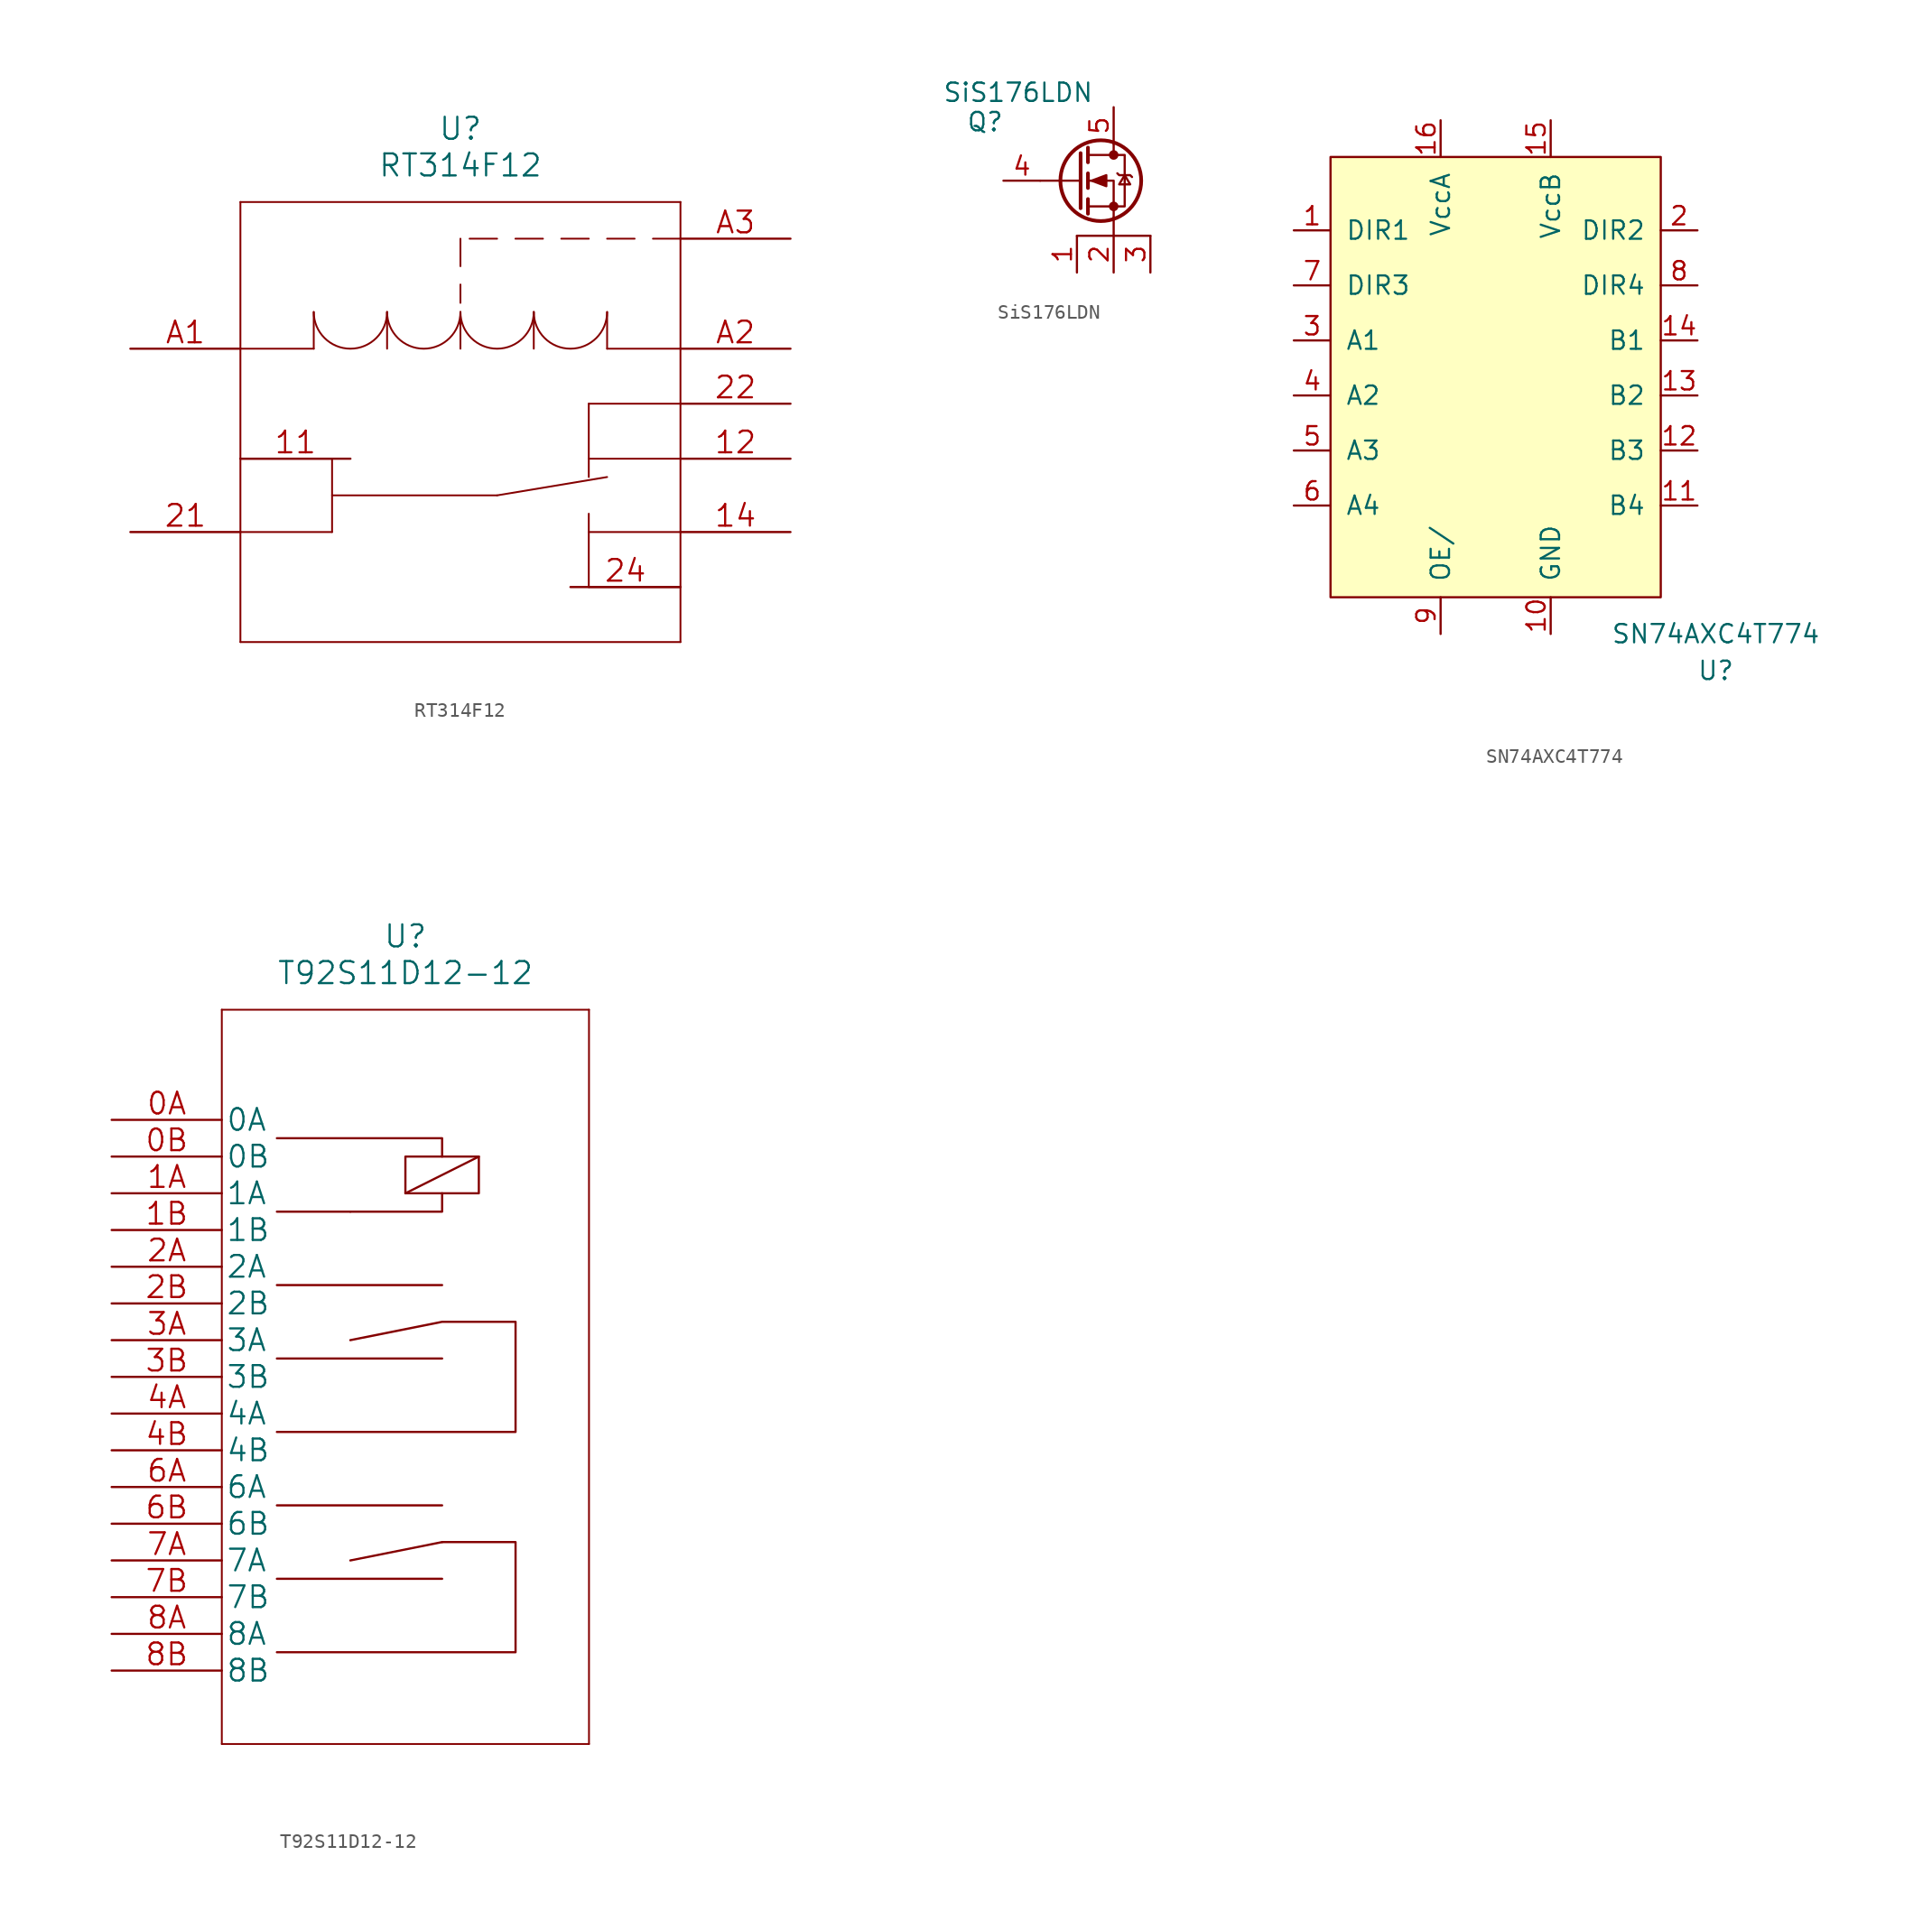
<source format=kicad_sym>
(kicad_symbol_lib
  (version 20231120)
  (generator "kicad_symbol_editor")
  (generator_version "8.0")
  (symbol "RT314F12"
    (pin_names
      (offset 0) hide)
    (property "Reference" "U"
      (at 22.86 15.24 0)
      (effects (font (size 1.524 1.524))))
    (property "Value" "RT314F12"
      (at 22.86 12.7 0)
      (effects (font (size 1.524 1.524))))
    (property "Datasheet" ""
      (at 0 0 0)
      (effects (font (size 1.524 1.524))))
    (symbol "RT314F12_1_1"
      (polyline (pts (xy 7.62 -20.32) (xy 38.1 -20.32)) (stroke (width 0.127) (type solid)) (fill (type none)))
      (polyline (pts (xy 7.62 -7.62) (xy 13.97 -7.62)) (stroke (width 0.127) (type solid)) (fill (type none)))
      (polyline (pts (xy 7.62 10.16) (xy 7.62 -20.32)) (stroke (width 0.127) (type solid)) (fill (type none)))
      (polyline (pts (xy 12.7 0) (xy 7.62 0)) (stroke (width 0.127) (type solid)) (fill (type none)))
      (polyline (pts (xy 12.7 2.54) (xy 12.7 0)) (stroke (width 0.127) (type solid)) (fill (type none)))
      (polyline (pts (xy 13.97 -12.7) (xy 7.62 -12.7)) (stroke (width 0.127) (type solid)) (fill (type none)))
      (polyline (pts (xy 13.97 -10.16) (xy 25.4 -10.16)) (stroke (width 0.127) (type solid)) (fill (type none)))
      (polyline (pts (xy 13.97 -7.62) (xy 13.97 -12.7)) (stroke (width 0.127) (type solid)) (fill (type none)))
      (polyline (pts (xy 17.78 2.54) (xy 17.78 0)) (stroke (width 0.127) (type solid)) (fill (type none)))
      (polyline (pts (xy 22.86 2.54) (xy 22.86 0)) (stroke (width 0.127) (type solid)) (fill (type none)))
      (polyline (pts (xy 22.86 4.445) (xy 22.86 3.175)) (stroke (width 0.127) (type solid)) (fill (type none)))
      (polyline (pts (xy 22.86 7.62) (xy 22.86 5.715)) (stroke (width 0.127) (type solid)) (fill (type none)))
      (polyline (pts (xy 25.4 -10.16) (xy 33.02 -8.89)) (stroke (width 0.127) (type solid)) (fill (type none)))
      (polyline (pts (xy 25.4 7.62) (xy 23.495 7.62)) (stroke (width 0.127) (type solid)) (fill (type none)))
      (polyline (pts (xy 27.94 2.54) (xy 27.94 0)) (stroke (width 0.127) (type solid)) (fill (type none)))
      (polyline (pts (xy 28.575 7.62) (xy 26.67 7.62)) (stroke (width 0.127) (type solid)) (fill (type none)))
      (polyline (pts (xy 31.75 -16.51) (xy 31.75 -11.43)) (stroke (width 0.127) (type solid)) (fill (type none)))
      (polyline (pts (xy 31.75 -8.89) (xy 31.75 -3.81)) (stroke (width 0.127) (type solid)) (fill (type none)))
      (polyline (pts (xy 31.75 -7.62) (xy 38.1 -7.62)) (stroke (width 0.127) (type solid)) (fill (type none)))
      (polyline (pts (xy 31.75 -3.81) (xy 38.1 -3.81)) (stroke (width 0.127) (type solid)) (fill (type none)))
      (polyline (pts (xy 31.75 7.62) (xy 29.845 7.62)) (stroke (width 0.127) (type solid)) (fill (type none)))
      (polyline (pts (xy 33.02 0) (xy 38.1 0)) (stroke (width 0.127) (type solid)) (fill (type none)))
      (polyline (pts (xy 33.02 2.54) (xy 33.02 0)) (stroke (width 0.127) (type solid)) (fill (type none)))
      (polyline (pts (xy 34.925 7.62) (xy 33.02 7.62)) (stroke (width 0.127) (type solid)) (fill (type none)))
      (polyline (pts (xy 38.1 -20.32) (xy 38.1 10.16)) (stroke (width 0.127) (type solid)) (fill (type none)))
      (polyline (pts (xy 38.1 -16.51) (xy 31.75 -16.51)) (stroke (width 0.127) (type solid)) (fill (type none)))
      (polyline (pts (xy 38.1 -12.7) (xy 31.75 -12.7)) (stroke (width 0.127) (type solid)) (fill (type none)))
      (polyline (pts (xy 38.1 7.62) (xy 36.195 7.62)) (stroke (width 0.127) (type solid)) (fill (type none)))
      (polyline (pts (xy 38.1 10.16) (xy 7.62 10.16)) (stroke (width 0.127) (type solid)) (fill (type none)))
      (arc (start 12.7 2.54) (mid 15.24 0) (end 17.78 2.54) (stroke (width 0.127) (type solid)) (fill (type none)))
      (arc (start 17.78 2.54) (mid 20.32 0) (end 22.86 2.54) (stroke (width 0.127) (type solid)) (fill (type none)))
      (arc (start 22.86 2.54) (mid 25.4 0) (end 27.94 2.54) (stroke (width 0.127) (type solid)) (fill (type none)))
      (arc (start 27.94 2.54) (mid 30.48 0) (end 33.02 2.54) (stroke (width 0.127) (type solid)) (fill (type none)))
      (pin unspecified line (at 15.24 -7.62 180) (length 7.62) (name "11" (effects (font (size 1.499 1.499)))) (number "11" (effects (font (size 1.499 1.499)))))
      (pin unspecified line (at 45.72 -7.62 180) (length 7.62) (name "12" (effects (font (size 1.499 1.499)))) (number "12" (effects (font (size 1.499 1.499)))))
      (pin unspecified line (at 45.72 -12.7 180) (length 7.62) (name "14" (effects (font (size 1.499 1.499)))) (number "14" (effects (font (size 1.499 1.499)))))
      (pin unspecified line (at 0 -12.7 0) (length 7.62) (name "21" (effects (font (size 1.499 1.499)))) (number "21" (effects (font (size 1.499 1.499)))))
      (pin unspecified line (at 45.72 -3.81 180) (length 7.62) (name "22" (effects (font (size 1.499 1.499)))) (number "22" (effects (font (size 1.499 1.499)))))
      (pin unspecified line (at 30.48 -16.51 0) (length 7.62) (name "24" (effects (font (size 1.499 1.499)))) (number "24" (effects (font (size 1.499 1.499)))))
      (pin unspecified line (at 0 0 0) (length 7.62) (name "A1" (effects (font (size 1.499 1.499)))) (number "A1" (effects (font (size 1.499 1.499)))))
      (pin unspecified line (at 45.72 0 180) (length 7.62) (name "A2" (effects (font (size 1.499 1.499)))) (number "A2" (effects (font (size 1.499 1.499)))))
      (pin unspecified line (at 45.72 7.62 180) (length 7.62) (name "A3" (effects (font (size 1.499 1.499)))) (number "A3" (effects (font (size 1.499 1.499)))))))
  (symbol "SiS176LDN"
    (pin_names
      (offset 1.016))
    (property "Reference" "Q"
      (at -8.89 4.064 0)
      (effects (font (size 1.27 1.27))))
    (property "Value" "SiS176LDN"
      (at -6.604 6.096 0)
      (effects (font (size 1.27 1.27))))
    (symbol "SiS176LDN_1_1"
      (circle (center -0.889 0) (radius 2.794) (stroke (width 0.254) (type solid)) (fill (type none)))
      (circle (center 0 -1.778) (radius 0.254) (stroke (width 0) (type solid)) (fill (type outline)))
      (polyline (pts (xy -2.286 0) (xy -5.08 0)) (stroke (width 0) (type solid)) (fill (type none)))
      (polyline (pts (xy -2.286 1.905) (xy -2.286 -1.905)) (stroke (width 0.254) (type solid)) (fill (type none)))
      (polyline (pts (xy -1.778 -1.27) (xy -1.778 -2.286)) (stroke (width 0.254) (type solid)) (fill (type none)))
      (polyline (pts (xy -1.778 0.508) (xy -1.778 -0.508)) (stroke (width 0.254) (type solid)) (fill (type none)))
      (polyline (pts (xy -1.778 2.286) (xy -1.778 1.27)) (stroke (width 0.254) (type solid)) (fill (type none)))
      (polyline (pts (xy 0 2.54) (xy 0 1.778)) (stroke (width 0) (type solid)) (fill (type none)))
      (polyline (pts (xy 0 -2.54) (xy 0 0) (xy -1.778 0)) (stroke (width 0) (type solid)) (fill (type none)))
      (polyline (pts (xy -1.778 -1.778) (xy 0.762 -1.778) (xy 0.762 1.778) (xy -1.778 1.778)) (stroke (width 0) (type solid)) (fill (type none)))
      (polyline (pts (xy -1.524 0) (xy -0.508 0.381) (xy -0.508 -0.381) (xy -1.524 0)) (stroke (width 0) (type solid)) (fill (type outline)))
      (polyline (pts (xy 0 -2.54) (xy 0 -3.81) (xy -2.54 -3.81) (xy 2.54 -3.81)) (stroke (width 0) (type solid)) (fill (type none)))
      (polyline (pts (xy 0.254 0.508) (xy 0.381 0.381) (xy 1.143 0.381) (xy 1.27 0.254)) (stroke (width 0) (type solid)) (fill (type none)))
      (polyline (pts (xy 0.762 0.381) (xy 0.381 -0.254) (xy 1.143 -0.254) (xy 0.762 0.381)) (stroke (width 0) (type solid)) (fill (type none)))
      (circle (center 0 1.778) (radius 0.254) (stroke (width 0) (type solid)) (fill (type outline)))
      (pin unspecified line (at -2.54 -6.35 90) (length 2.54) (name "~" (effects (font (size 1.27 1.27)))) (number "1" (effects (font (size 1.27 1.27)))))
      (pin unspecified line (at 0 -6.35 90) (length 2.54) (name "~" (effects (font (size 1.27 1.27)))) (number "2" (effects (font (size 1.27 1.27)))))
      (pin unspecified line (at 2.54 -6.35 90) (length 2.54) (name "~" (effects (font (size 1.27 1.27)))) (number "3" (effects (font (size 1.27 1.27)))))
      (pin unspecified line (at -7.62 0 0) (length 2.54) (name "~" (effects (font (size 1.27 1.27)))) (number "4" (effects (font (size 1.27 1.27)))))
      (pin unspecified line (at 0 5.08 270) (length 2.54) (name "~" (effects (font (size 1.27 1.27)))) (number "5" (effects (font (size 1.27 1.27)))))))
  (symbol "SN74AXC4T774"
    (pin_names
      (offset 1.016))
    (property "Reference" "U"
      (at 15.24 -22.86 0)
      (effects (font (size 1.27 1.27))))
    (property "Value" "SN74AXC4T774"
      (at 15.24 -20.32 0)
      (effects (font (size 1.27 1.27))))
    (symbol "SN74AXC4T774_0_0"
      (pin passive line (at -13.97 7.62 0) (length 2.54) (name "DIR1" (effects (font (size 1.27 1.27)))) (number "1" (effects (font (size 1.27 1.27)))))
      (pin passive line (at 3.81 -20.32 90) (length 2.54) (name "GND" (effects (font (size 1.27 1.27)))) (number "10" (effects (font (size 1.27 1.27)))))
      (pin passive line (at 13.97 -11.43 180) (length 2.54) (name "B4" (effects (font (size 1.27 1.27)))) (number "11" (effects (font (size 1.27 1.27)))))
      (pin passive line (at 13.97 -7.62 180) (length 2.54) (name "B3" (effects (font (size 1.27 1.27)))) (number "12" (effects (font (size 1.27 1.27)))))
      (pin passive line (at 13.97 -3.81 180) (length 2.54) (name "B2" (effects (font (size 1.27 1.27)))) (number "13" (effects (font (size 1.27 1.27)))))
      (pin passive line (at 13.97 0 180) (length 2.54) (name "B1" (effects (font (size 1.27 1.27)))) (number "14" (effects (font (size 1.27 1.27)))))
      (pin passive line (at 3.81 15.24 270) (length 2.54) (name "VccB" (effects (font (size 1.27 1.27)))) (number "15" (effects (font (size 1.27 1.27)))))
      (pin passive line (at -3.81 15.24 270) (length 2.54) (name "VccA" (effects (font (size 1.27 1.27)))) (number "16" (effects (font (size 1.27 1.27)))))
      (pin passive line (at 13.97 7.62 180) (length 2.54) (name "DIR2" (effects (font (size 1.27 1.27)))) (number "2" (effects (font (size 1.27 1.27)))))
      (pin passive line (at -13.97 0 0) (length 2.54) (name "A1" (effects (font (size 1.27 1.27)))) (number "3" (effects (font (size 1.27 1.27)))))
      (pin passive line (at -13.97 -3.81 0) (length 2.54) (name "A2" (effects (font (size 1.27 1.27)))) (number "4" (effects (font (size 1.27 1.27)))))
      (pin passive line (at -13.97 -7.62 0) (length 2.54) (name "A3" (effects (font (size 1.27 1.27)))) (number "5" (effects (font (size 1.27 1.27)))))
      (pin passive line (at -13.97 -11.43 0) (length 2.54) (name "A4" (effects (font (size 1.27 1.27)))) (number "6" (effects (font (size 1.27 1.27)))))
      (pin passive line (at -13.97 3.81 0) (length 2.54) (name "DIR3" (effects (font (size 1.27 1.27)))) (number "7" (effects (font (size 1.27 1.27)))))
      (pin passive line (at 13.97 3.81 180) (length 2.54) (name "DIR4" (effects (font (size 1.27 1.27)))) (number "8" (effects (font (size 1.27 1.27)))))
      (pin passive line (at -3.81 -20.32 90) (length 2.54) (name "OE/" (effects (font (size 1.27 1.27)))) (number "9" (effects (font (size 1.27 1.27))))))
    (symbol "SN74AXC4T774_0_1"
      (rectangle (start -11.43 12.7) (end 11.43 -17.78) (stroke (width 0) (type solid)) (fill (type background)))))
  (symbol "T92S11D12-12"
    (pin_names
      (offset 0.254))
    (property "Reference" "U"
      (at 20.32 12.7 0)
      (effects (font (size 1.524 1.524))))
    (property "Value" "T92S11D12-12"
      (at 20.32 10.16 0)
      (effects (font (size 1.524 1.524))))
    (property "Datasheet" ""
      (at 0 0 0)
      (effects (font (size 1.524 1.524))))
    (symbol "T92S11D12-12_0_1"
      (polyline (pts (xy 11.43 -31.75) (xy 22.86 -31.75)) (stroke (width 0) (type solid)) (fill (type none)))
      (polyline (pts (xy 11.43 -26.67) (xy 22.86 -26.67)) (stroke (width 0) (type solid)) (fill (type none)))
      (polyline (pts (xy 11.43 -16.51) (xy 22.86 -16.51)) (stroke (width 0) (type solid)) (fill (type none)))
      (polyline (pts (xy 11.43 -11.43) (xy 22.86 -11.43)) (stroke (width 0) (type solid)) (fill (type none)))
      (polyline (pts (xy 16.51 -6.35) (xy 11.43 -6.35)) (stroke (width 0) (type solid)) (fill (type none)))
      (polyline (pts (xy 20.32 -5.08) (xy 25.4 -2.54)) (stroke (width 0) (type solid)) (fill (type none)))
      (polyline (pts (xy 22.86 -29.21) (xy 16.51 -30.48)) (stroke (width 0) (type solid)) (fill (type none)))
      (polyline (pts (xy 11.43 -1.27) (xy 22.86 -1.27) (xy 22.86 -2.54)) (stroke (width 0) (type solid)) (fill (type none)))
      (polyline (pts (xy 22.86 -5.08) (xy 22.86 -6.35) (xy 16.51 -6.35)) (stroke (width 0) (type solid)) (fill (type none)))
      (polyline (pts (xy 11.43 -36.83) (xy 27.94 -36.83) (xy 27.94 -29.21) (xy 22.86 -29.21)) (stroke (width 0) (type solid)) (fill (type none)))
      (polyline (pts (xy 11.43 -21.59) (xy 27.94 -21.59) (xy 27.94 -13.97) (xy 22.86 -13.97) (xy 16.51 -15.24)) (stroke (width 0) (type solid)) (fill (type none)))
      (polyline (pts (xy 22.86 -2.54) (xy 20.32 -2.54) (xy 20.32 -5.08) (xy 25.4 -5.08) (xy 25.4 -2.54) (xy 22.86 -2.54)) (stroke (width 0) (type solid)) (fill (type none))))
    (symbol "T92S11D12-12_1_1"
      (polyline (pts (xy 7.62 -43.18) (xy 33.02 -43.18)) (stroke (width 0.127) (type solid)) (fill (type none)))
      (polyline (pts (xy 7.62 7.62) (xy 7.62 -43.18)) (stroke (width 0.127) (type solid)) (fill (type none)))
      (polyline (pts (xy 33.02 -43.18) (xy 33.02 7.62)) (stroke (width 0.127) (type solid)) (fill (type none)))
      (polyline (pts (xy 33.02 7.62) (xy 7.62 7.62)) (stroke (width 0.127) (type solid)) (fill (type none)))
      (pin unspecified line (at 0 0 0) (length 7.62) (name "0A" (effects (font (size 1.499 1.499)))) (number "0A" (effects (font (size 1.499 1.499)))))
      (pin unspecified line (at 0 -2.54 0) (length 7.62) (name "0B" (effects (font (size 1.499 1.499)))) (number "0B" (effects (font (size 1.499 1.499)))))
      (pin unspecified line (at 0 -5.08 0) (length 7.62) (name "1A" (effects (font (size 1.499 1.499)))) (number "1A" (effects (font (size 1.499 1.499)))))
      (pin unspecified line (at 0 -7.62 0) (length 7.62) (name "1B" (effects (font (size 1.499 1.499)))) (number "1B" (effects (font (size 1.499 1.499)))))
      (pin unspecified line (at 0 -10.16 0) (length 7.62) (name "2A" (effects (font (size 1.499 1.499)))) (number "2A" (effects (font (size 1.499 1.499)))))
      (pin unspecified line (at 0 -12.7 0) (length 7.62) (name "2B" (effects (font (size 1.499 1.499)))) (number "2B" (effects (font (size 1.499 1.499)))))
      (pin unspecified line (at 0 -15.24 0) (length 7.62) (name "3A" (effects (font (size 1.499 1.499)))) (number "3A" (effects (font (size 1.499 1.499)))))
      (pin unspecified line (at 0 -17.78 0) (length 7.62) (name "3B" (effects (font (size 1.499 1.499)))) (number "3B" (effects (font (size 1.499 1.499)))))
      (pin unspecified line (at 0 -20.32 0) (length 7.62) (name "4A" (effects (font (size 1.499 1.499)))) (number "4A" (effects (font (size 1.499 1.499)))))
      (pin unspecified line (at 0 -22.86 0) (length 7.62) (name "4B" (effects (font (size 1.499 1.499)))) (number "4B" (effects (font (size 1.499 1.499)))))
      (pin unspecified line (at 0 -25.4 0) (length 7.62) (name "6A" (effects (font (size 1.499 1.499)))) (number "6A" (effects (font (size 1.499 1.499)))))
      (pin unspecified line (at 0 -27.94 0) (length 7.62) (name "6B" (effects (font (size 1.499 1.499)))) (number "6B" (effects (font (size 1.499 1.499)))))
      (pin unspecified line (at 0 -30.48 0) (length 7.62) (name "7A" (effects (font (size 1.499 1.499)))) (number "7A" (effects (font (size 1.499 1.499)))))
      (pin unspecified line (at 0 -33.02 0) (length 7.62) (name "7B" (effects (font (size 1.499 1.499)))) (number "7B" (effects (font (size 1.499 1.499)))))
      (pin unspecified line (at 0 -35.56 0) (length 7.62) (name "8A" (effects (font (size 1.499 1.499)))) (number "8A" (effects (font (size 1.499 1.499)))))
      (pin unspecified line (at 0 -38.1 0) (length 7.62) (name "8B" (effects (font (size 1.499 1.499)))) (number "8B" (effects (font (size 1.499 1.499))))))))
</source>
